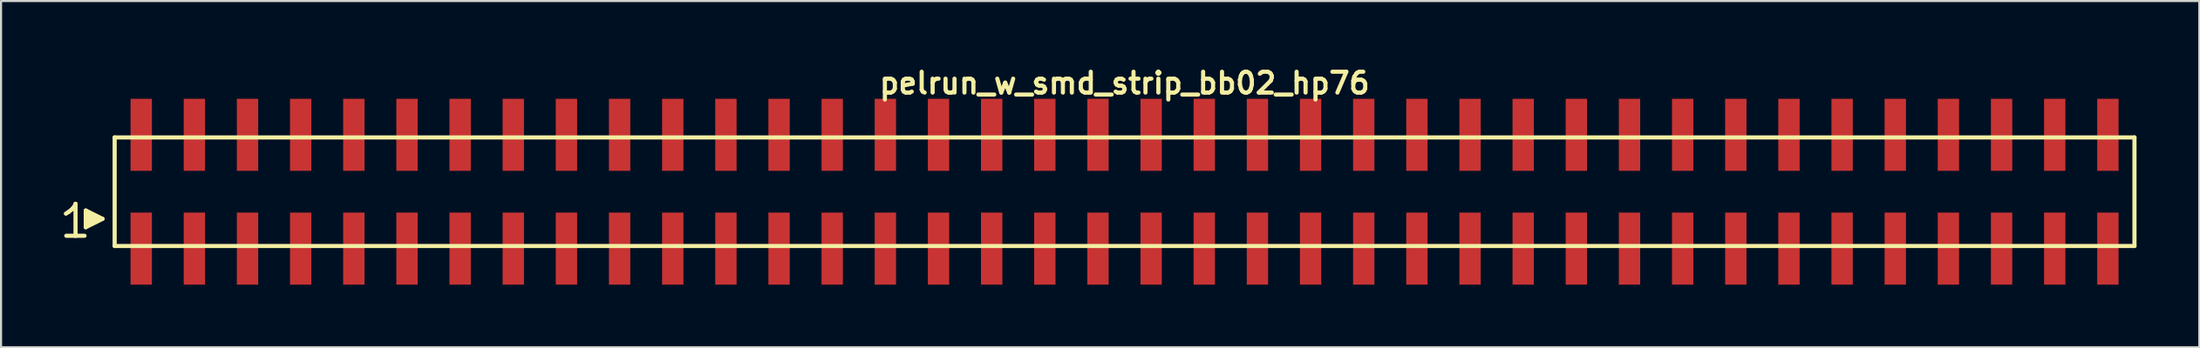
<source format=kicad_pcb>
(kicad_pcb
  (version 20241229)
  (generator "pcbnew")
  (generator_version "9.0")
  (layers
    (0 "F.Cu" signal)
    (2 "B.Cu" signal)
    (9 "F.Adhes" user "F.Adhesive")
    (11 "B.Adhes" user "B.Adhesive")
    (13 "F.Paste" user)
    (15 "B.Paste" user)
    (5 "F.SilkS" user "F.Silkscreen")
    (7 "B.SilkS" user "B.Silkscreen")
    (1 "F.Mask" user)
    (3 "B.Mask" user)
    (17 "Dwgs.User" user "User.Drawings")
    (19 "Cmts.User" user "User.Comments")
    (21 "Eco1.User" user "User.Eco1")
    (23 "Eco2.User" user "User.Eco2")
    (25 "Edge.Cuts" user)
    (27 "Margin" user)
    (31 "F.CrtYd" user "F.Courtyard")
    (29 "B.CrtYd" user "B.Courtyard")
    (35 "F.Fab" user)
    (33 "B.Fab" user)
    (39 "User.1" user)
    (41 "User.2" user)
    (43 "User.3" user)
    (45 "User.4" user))
  (footprint "pelrun_w_smd_strip_bb02_hp76"
    (layer "F.Cu")
    (at 50.689 6.132)
    (property "Reference" "pelrun_w_smd_strip_bb02_hp76" (at 0 -5.2 0) (layer "F.SilkS") (effects (font (size 0.998 0.998) (thickness 0.198))))
    (attr through_hole)
    (fp_line (start -50.59 1.05) (end -50.46 0.97) (stroke (width 0.198) (type solid)) (layer "F.SilkS"))
    (fp_line (start -50.46 0.97) (end -50.3 0.84) (stroke (width 0.198) (type solid)) (layer "F.SilkS"))
    (fp_line (start -50.3 0.84) (end -50.16 0.67) (stroke (width 0.198) (type solid)) (layer "F.SilkS"))
    (fp_line (start -50.16 0.67) (end -50.13 0.58) (stroke (width 0.198) (type solid)) (layer "F.SilkS"))
    (fp_line (start -50.13 0.58) (end -50.13 2.11) (stroke (width 0.198) (type solid)) (layer "F.SilkS"))
    (fp_line (start -50.13 2.11) (end -50.57 2.11) (stroke (width 0.198) (type solid)) (layer "F.SilkS"))
    (fp_line (start -49.7 2.11) (end -50.14 2.11) (stroke (width 0.198) (type solid)) (layer "F.SilkS"))
    (fp_line (start -49.64 0.9) (end -48.84 1.3) (stroke (width 0.198) (type solid)) (layer "F.SilkS"))
    (fp_line (start -49.64 1.7) (end -49.64 0.9) (stroke (width 0.198) (type solid)) (layer "F.SilkS"))
    (fp_line (start -49.54 1.6) (end -49.54 1) (stroke (width 0.198) (type solid)) (layer "F.SilkS"))
    (fp_line (start -49.44 1.1) (end -49.44 1.5) (stroke (width 0.198) (type solid)) (layer "F.SilkS"))
    (fp_line (start -49.34 1.5) (end -49.34 1.1) (stroke (width 0.198) (type solid)) (layer "F.SilkS"))
    (fp_line (start -49.24 1.2) (end -49.24 1.4) (stroke (width 0.198) (type solid)) (layer "F.SilkS"))
    (fp_line (start -49.14 1.4) (end -49.14 1.2) (stroke (width 0.198) (type solid)) (layer "F.SilkS"))
    (fp_line (start -48.84 1.3) (end -49.64 1.7) (stroke (width 0.198) (type solid)) (layer "F.SilkS"))
    (fp_line (start -48.26 -2.6) (end -48.26 2.6) (stroke (width 0.198) (type solid)) (layer "F.SilkS"))
    (fp_line (start -48.26 -2.6) (end 48.26 -2.6) (stroke (width 0.198) (type solid)) (layer "F.SilkS"))
    (fp_line (start 48.26 2.6) (end -48.26 2.6) (stroke (width 0.198) (type solid)) (layer "F.SilkS"))
    (fp_line (start 48.26 2.6) (end 48.26 -2.6) (stroke (width 0.198) (type solid)) (layer "F.SilkS"))
    (pad "1" smd rect (at -46.99 2.725) (size 1.02 3.45) (layers "F.Cu" "F.Mask" "F.Paste"))
    (pad "2" smd rect (at -46.99 -2.725) (size 1.02 3.45) (layers "F.Cu" "F.Mask" "F.Paste"))
    (pad "3" smd rect (at -44.45 2.725) (size 1.02 3.45) (layers "F.Cu" "F.Mask" "F.Paste"))
    (pad "4" smd rect (at -44.45 -2.725) (size 1.02 3.45) (layers "F.Cu" "F.Mask" "F.Paste"))
    (pad "5" smd rect (at -41.91 2.725) (size 1.02 3.45) (layers "F.Cu" "F.Mask" "F.Paste"))
    (pad "6" smd rect (at -41.91 -2.725) (size 1.02 3.45) (layers "F.Cu" "F.Mask" "F.Paste"))
    (pad "7" smd rect (at -39.37 2.725) (size 1.02 3.45) (layers "F.Cu" "F.Mask" "F.Paste"))
    (pad "8" smd rect (at -39.37 -2.725) (size 1.02 3.45) (layers "F.Cu" "F.Mask" "F.Paste"))
    (pad "9" smd rect (at -36.83 2.725) (size 1.02 3.45) (layers "F.Cu" "F.Mask" "F.Paste"))
    (pad "10" smd rect (at -36.83 -2.725) (size 1.02 3.45) (layers "F.Cu" "F.Mask" "F.Paste"))
    (pad "11" smd rect (at -34.29 2.725) (size 1.02 3.45) (layers "F.Cu" "F.Mask" "F.Paste"))
    (pad "12" smd rect (at -34.29 -2.725) (size 1.02 3.45) (layers "F.Cu" "F.Mask" "F.Paste"))
    (pad "13" smd rect (at -31.75 2.725) (size 1.02 3.45) (layers "F.Cu" "F.Mask" "F.Paste"))
    (pad "14" smd rect (at -31.75 -2.725) (size 1.02 3.45) (layers "F.Cu" "F.Mask" "F.Paste"))
    (pad "15" smd rect (at -29.21 2.725) (size 1.02 3.45) (layers "F.Cu" "F.Mask" "F.Paste"))
    (pad "16" smd rect (at -29.21 -2.725) (size 1.02 3.45) (layers "F.Cu" "F.Mask" "F.Paste"))
    (pad "17" smd rect (at -26.67 2.725) (size 1.02 3.45) (layers "F.Cu" "F.Mask" "F.Paste"))
    (pad "18" smd rect (at -26.67 -2.725) (size 1.02 3.45) (layers "F.Cu" "F.Mask" "F.Paste"))
    (pad "19" smd rect (at -24.13 2.725) (size 1.02 3.45) (layers "F.Cu" "F.Mask" "F.Paste"))
    (pad "20" smd rect (at -24.13 -2.725) (size 1.02 3.45) (layers "F.Cu" "F.Mask" "F.Paste"))
    (pad "21" smd rect (at -21.59 2.725) (size 1.02 3.45) (layers "F.Cu" "F.Mask" "F.Paste"))
    (pad "22" smd rect (at -21.59 -2.725) (size 1.02 3.45) (layers "F.Cu" "F.Mask" "F.Paste"))
    (pad "23" smd rect (at -19.05 2.725) (size 1.02 3.45) (layers "F.Cu" "F.Mask" "F.Paste"))
    (pad "24" smd rect (at -19.05 -2.725) (size 1.02 3.45) (layers "F.Cu" "F.Mask" "F.Paste"))
    (pad "25" smd rect (at -16.51 2.725) (size 1.02 3.45) (layers "F.Cu" "F.Mask" "F.Paste"))
    (pad "26" smd rect (at -16.51 -2.725) (size 1.02 3.45) (layers "F.Cu" "F.Mask" "F.Paste"))
    (pad "27" smd rect (at -13.97 2.725) (size 1.02 3.45) (layers "F.Cu" "F.Mask" "F.Paste"))
    (pad "28" smd rect (at -13.97 -2.725) (size 1.02 3.45) (layers "F.Cu" "F.Mask" "F.Paste"))
    (pad "29" smd rect (at -11.43 2.725) (size 1.02 3.45) (layers "F.Cu" "F.Mask" "F.Paste"))
    (pad "30" smd rect (at -11.43 -2.725) (size 1.02 3.45) (layers "F.Cu" "F.Mask" "F.Paste"))
    (pad "31" smd rect (at -8.89 2.725) (size 1.02 3.45) (layers "F.Cu" "F.Mask" "F.Paste"))
    (pad "32" smd rect (at -8.89 -2.725) (size 1.02 3.45) (layers "F.Cu" "F.Mask" "F.Paste"))
    (pad "33" smd rect (at -6.35 2.725) (size 1.02 3.45) (layers "F.Cu" "F.Mask" "F.Paste"))
    (pad "34" smd rect (at -6.35 -2.725) (size 1.02 3.45) (layers "F.Cu" "F.Mask" "F.Paste"))
    (pad "35" smd rect (at -3.81 2.725) (size 1.02 3.45) (layers "F.Cu" "F.Mask" "F.Paste"))
    (pad "36" smd rect (at -3.81 -2.725) (size 1.02 3.45) (layers "F.Cu" "F.Mask" "F.Paste"))
    (pad "37" smd rect (at -1.27 2.725) (size 1.02 3.45) (layers "F.Cu" "F.Mask" "F.Paste"))
    (pad "38" smd rect (at -1.27 -2.725) (size 1.02 3.45) (layers "F.Cu" "F.Mask" "F.Paste"))
    (pad "39" smd rect (at 1.27 2.725) (size 1.02 3.45) (layers "F.Cu" "F.Mask" "F.Paste"))
    (pad "40" smd rect (at 1.27 -2.725) (size 1.02 3.45) (layers "F.Cu" "F.Mask" "F.Paste"))
    (pad "41" smd rect (at 3.81 2.725) (size 1.02 3.45) (layers "F.Cu" "F.Mask" "F.Paste"))
    (pad "42" smd rect (at 3.81 -2.725) (size 1.02 3.45) (layers "F.Cu" "F.Mask" "F.Paste"))
    (pad "43" smd rect (at 6.35 2.725) (size 1.02 3.45) (layers "F.Cu" "F.Mask" "F.Paste"))
    (pad "44" smd rect (at 6.35 -2.725) (size 1.02 3.45) (layers "F.Cu" "F.Mask" "F.Paste"))
    (pad "45" smd rect (at 8.89 2.725) (size 1.02 3.45) (layers "F.Cu" "F.Mask" "F.Paste"))
    (pad "46" smd rect (at 8.89 -2.725) (size 1.02 3.45) (layers "F.Cu" "F.Mask" "F.Paste"))
    (pad "47" smd rect (at 11.43 2.725) (size 1.02 3.45) (layers "F.Cu" "F.Mask" "F.Paste"))
    (pad "48" smd rect (at 11.43 -2.725) (size 1.02 3.45) (layers "F.Cu" "F.Mask" "F.Paste"))
    (pad "49" smd rect (at 13.97 2.725) (size 1.02 3.45) (layers "F.Cu" "F.Mask" "F.Paste"))
    (pad "50" smd rect (at 13.97 -2.725) (size 1.02 3.45) (layers "F.Cu" "F.Mask" "F.Paste"))
    (pad "51" smd rect (at 16.51 2.725) (size 1.02 3.45) (layers "F.Cu" "F.Mask" "F.Paste"))
    (pad "52" smd rect (at 16.51 -2.725) (size 1.02 3.45) (layers "F.Cu" "F.Mask" "F.Paste"))
    (pad "53" smd rect (at 19.05 2.725) (size 1.02 3.45) (layers "F.Cu" "F.Mask" "F.Paste"))
    (pad "54" smd rect (at 19.05 -2.725) (size 1.02 3.45) (layers "F.Cu" "F.Mask" "F.Paste"))
    (pad "55" smd rect (at 21.59 2.725) (size 1.02 3.45) (layers "F.Cu" "F.Mask" "F.Paste"))
    (pad "56" smd rect (at 21.59 -2.725) (size 1.02 3.45) (layers "F.Cu" "F.Mask" "F.Paste"))
    (pad "57" smd rect (at 24.13 2.725) (size 1.02 3.45) (layers "F.Cu" "F.Mask" "F.Paste"))
    (pad "58" smd rect (at 24.13 -2.725) (size 1.02 3.45) (layers "F.Cu" "F.Mask" "F.Paste"))
    (pad "59" smd rect (at 26.67 2.725) (size 1.02 3.45) (layers "F.Cu" "F.Mask" "F.Paste"))
    (pad "60" smd rect (at 26.67 -2.725) (size 1.02 3.45) (layers "F.Cu" "F.Mask" "F.Paste"))
    (pad "61" smd rect (at 29.21 2.725) (size 1.02 3.45) (layers "F.Cu" "F.Mask" "F.Paste"))
    (pad "62" smd rect (at 29.21 -2.725) (size 1.02 3.45) (layers "F.Cu" "F.Mask" "F.Paste"))
    (pad "63" smd rect (at 31.75 2.725) (size 1.02 3.45) (layers "F.Cu" "F.Mask" "F.Paste"))
    (pad "64" smd rect (at 31.75 -2.725) (size 1.02 3.45) (layers "F.Cu" "F.Mask" "F.Paste"))
    (pad "65" smd rect (at 34.29 2.725) (size 1.02 3.45) (layers "F.Cu" "F.Mask" "F.Paste"))
    (pad "66" smd rect (at 34.29 -2.725) (size 1.02 3.45) (layers "F.Cu" "F.Mask" "F.Paste"))
    (pad "67" smd rect (at 36.83 2.725) (size 1.02 3.45) (layers "F.Cu" "F.Mask" "F.Paste"))
    (pad "68" smd rect (at 36.83 -2.725) (size 1.02 3.45) (layers "F.Cu" "F.Mask" "F.Paste"))
    (pad "69" smd rect (at 39.37 2.725) (size 1.02 3.45) (layers "F.Cu" "F.Mask" "F.Paste"))
    (pad "70" smd rect (at 39.37 -2.725) (size 1.02 3.45) (layers "F.Cu" "F.Mask" "F.Paste"))
    (pad "71" smd rect (at 41.91 2.725) (size 1.02 3.45) (layers "F.Cu" "F.Mask" "F.Paste"))
    (pad "72" smd rect (at 41.91 -2.725) (size 1.02 3.45) (layers "F.Cu" "F.Mask" "F.Paste"))
    (pad "73" smd rect (at 44.45 2.725) (size 1.02 3.45) (layers "F.Cu" "F.Mask" "F.Paste"))
    (pad "74" smd rect (at 44.45 -2.725) (size 1.02 3.45) (layers "F.Cu" "F.Mask" "F.Paste"))
    (pad "75" smd rect (at 46.99 2.725) (size 1.02 3.45) (layers "F.Cu" "F.Mask" "F.Paste"))
    (pad "76" smd rect (at 46.99 -2.725) (size 1.02 3.45) (layers "F.Cu" "F.Mask" "F.Paste")))
  (gr_rect
    (start -3 -3)
    (end 102.048 13.582)
    (stroke (width 0.1) (type default))
    (fill no)
    (layer "Edge.Cuts")))
</source>
